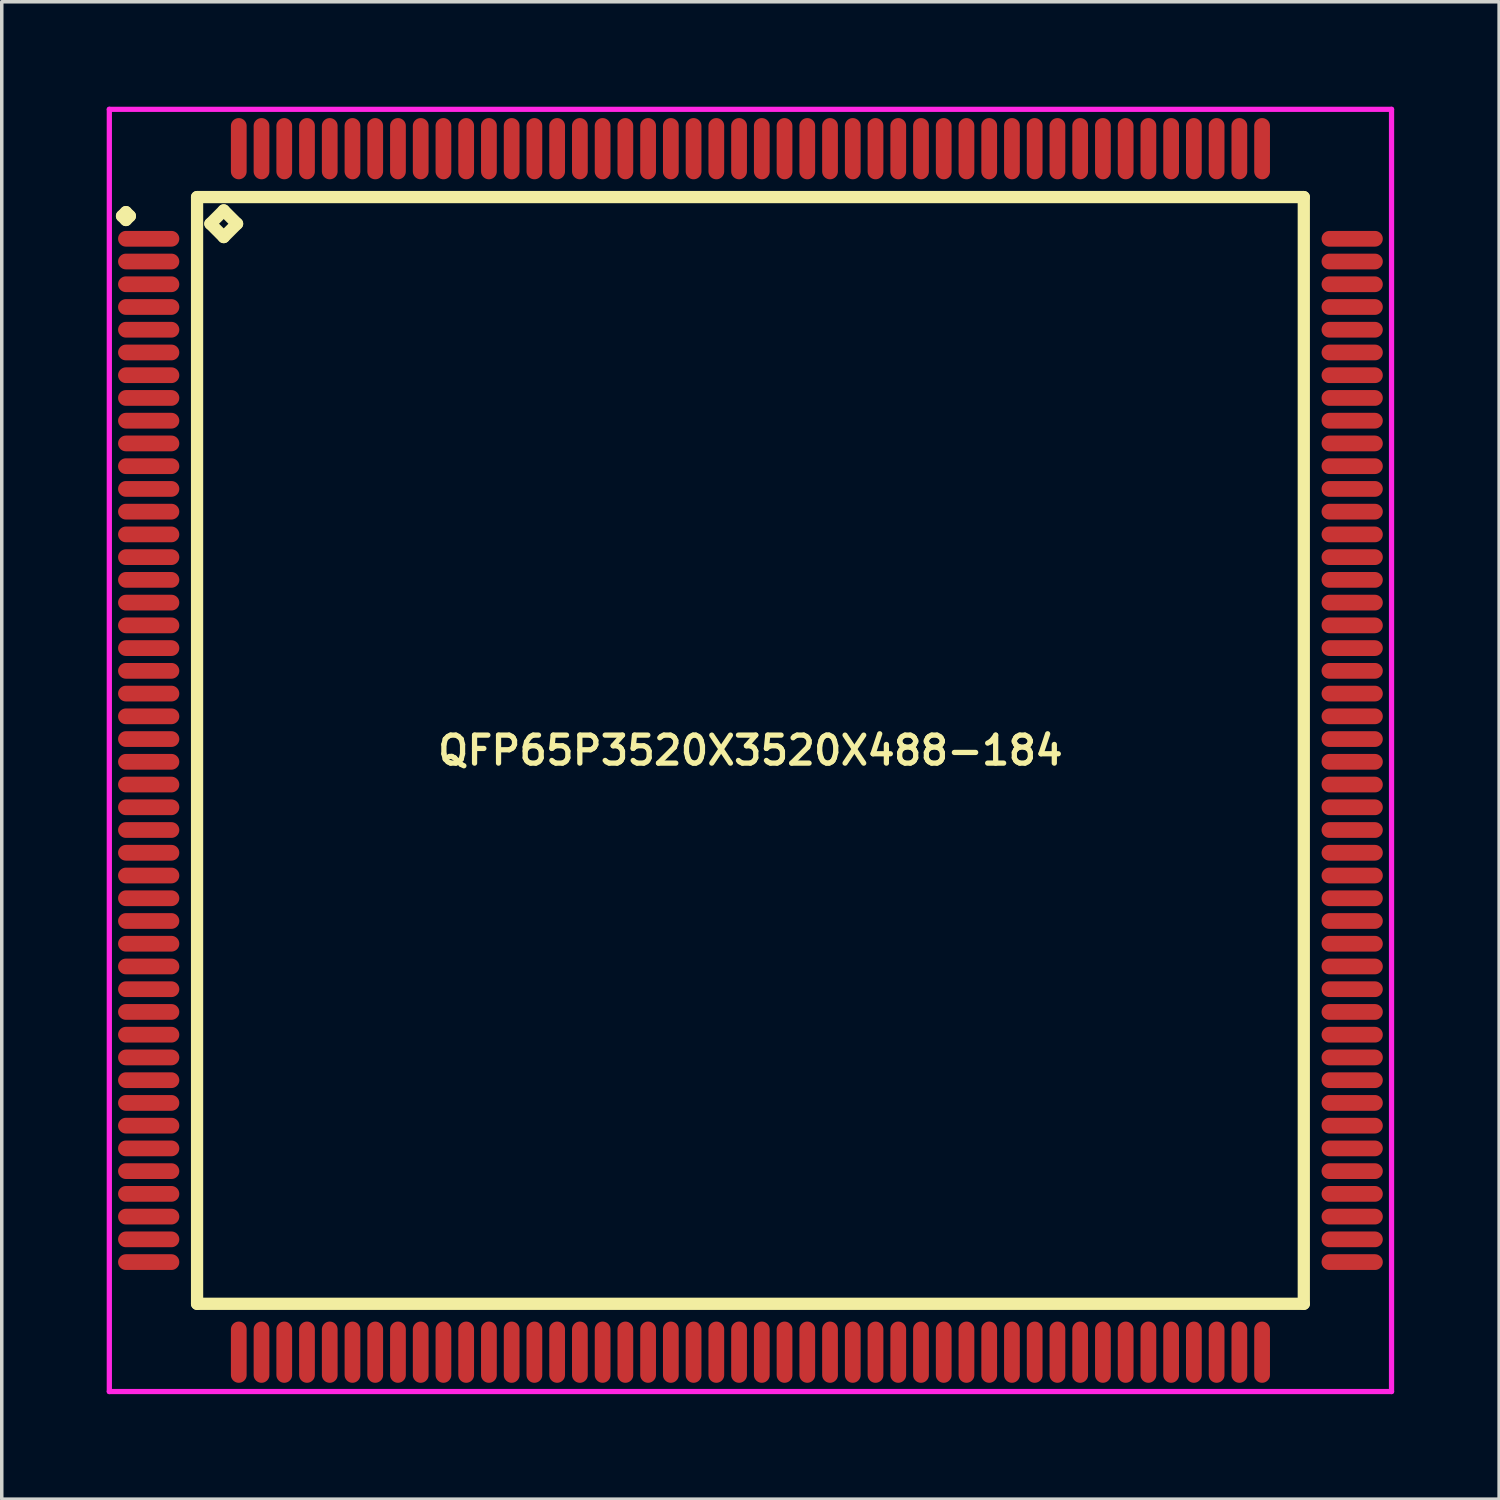
<source format=kicad_pcb>
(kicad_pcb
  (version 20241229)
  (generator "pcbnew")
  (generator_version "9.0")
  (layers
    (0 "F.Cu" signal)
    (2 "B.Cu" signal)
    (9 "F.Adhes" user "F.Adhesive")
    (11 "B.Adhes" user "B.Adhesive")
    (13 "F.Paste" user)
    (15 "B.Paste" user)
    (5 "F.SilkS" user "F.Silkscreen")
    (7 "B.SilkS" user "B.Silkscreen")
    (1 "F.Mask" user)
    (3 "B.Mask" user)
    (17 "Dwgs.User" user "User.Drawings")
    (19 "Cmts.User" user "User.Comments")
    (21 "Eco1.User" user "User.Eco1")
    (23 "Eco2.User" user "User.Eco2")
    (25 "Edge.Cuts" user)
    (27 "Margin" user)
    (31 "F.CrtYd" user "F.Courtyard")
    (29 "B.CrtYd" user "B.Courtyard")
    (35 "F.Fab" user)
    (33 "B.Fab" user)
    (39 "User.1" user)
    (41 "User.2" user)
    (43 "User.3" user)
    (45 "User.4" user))
  (footprint "QFP65P3520X3520X488-184"
    (layer "F.Cu")
    (at 18.4 18.4)
    (property "Reference" "QFP65P3520X3520X488-184" (at 0 0 0) (layer "F.SilkS") (effects (font (size 0.8 0.8) (thickness 0.15))))
    (attr smd)
    (fp_line (start -17.962 -15.275) (end -17.85 -15.387) (stroke (width 0.35) (type solid)) (layer "F.SilkS"))
    (fp_line (start -17.85 -15.387) (end -17.738 -15.275) (stroke (width 0.35) (type solid)) (layer "F.SilkS"))
    (fp_line (start -17.85 -15.162) (end -17.962 -15.275) (stroke (width 0.35) (type solid)) (layer "F.SilkS"))
    (fp_line (start -17.738 -15.275) (end -17.85 -15.162) (stroke (width 0.35) (type solid)) (layer "F.SilkS"))
    (fp_line (start -15.817 -15.817) (end -15.817 15.817) (stroke (width 0.35) (type solid)) (layer "F.SilkS"))
    (fp_line (start -15.817 15.817) (end 15.817 15.817) (stroke (width 0.35) (type solid)) (layer "F.SilkS"))
    (fp_line (start -15.436 -15.055) (end -15.055 -15.436) (stroke (width 0.35) (type solid)) (layer "F.SilkS"))
    (fp_line (start -15.055 -15.436) (end -14.674 -15.055) (stroke (width 0.35) (type solid)) (layer "F.SilkS"))
    (fp_line (start -15.055 -14.674) (end -15.436 -15.055) (stroke (width 0.35) (type solid)) (layer "F.SilkS"))
    (fp_line (start -14.674 -15.055) (end -15.055 -14.674) (stroke (width 0.35) (type solid)) (layer "F.SilkS"))
    (fp_line (start 15.817 -15.817) (end -15.817 -15.817) (stroke (width 0.35) (type solid)) (layer "F.SilkS"))
    (fp_line (start 15.817 15.817) (end 15.817 -15.817) (stroke (width 0.35) (type solid)) (layer "F.SilkS"))
    (fp_line (start -18.325 -18.325) (end 18.325 -18.325) (stroke (width 0.15) (type solid)) (layer "F.CrtYd"))
    (fp_line (start -18.325 18.325) (end -18.325 -18.325) (stroke (width 0.15) (type solid)) (layer "F.CrtYd"))
    (fp_line (start 18.325 -18.325) (end 18.325 18.325) (stroke (width 0.15) (type solid)) (layer "F.CrtYd"))
    (fp_line (start 18.325 18.325) (end -18.325 18.325) (stroke (width 0.15) (type solid)) (layer "F.CrtYd"))
    (pad "1" smd oval (at -17.2 -14.625) (size 1.75 0.45) (layers "F.Cu" "F.Mask" "F.Paste"))
    (pad "2" smd oval (at -17.2 -13.975) (size 1.75 0.45) (layers "F.Cu" "F.Mask" "F.Paste"))
    (pad "3" smd oval (at -17.2 -13.325) (size 1.75 0.45) (layers "F.Cu" "F.Mask" "F.Paste"))
    (pad "4" smd oval (at -17.2 -12.675) (size 1.75 0.45) (layers "F.Cu" "F.Mask" "F.Paste"))
    (pad "5" smd oval (at -17.2 -12.025) (size 1.75 0.45) (layers "F.Cu" "F.Mask" "F.Paste"))
    (pad "6" smd oval (at -17.2 -11.375) (size 1.75 0.45) (layers "F.Cu" "F.Mask" "F.Paste"))
    (pad "7" smd oval (at -17.2 -10.725) (size 1.75 0.45) (layers "F.Cu" "F.Mask" "F.Paste"))
    (pad "8" smd oval (at -17.2 -10.075) (size 1.75 0.45) (layers "F.Cu" "F.Mask" "F.Paste"))
    (pad "9" smd oval (at -17.2 -9.425) (size 1.75 0.45) (layers "F.Cu" "F.Mask" "F.Paste"))
    (pad "10" smd oval (at -17.2 -8.775) (size 1.75 0.45) (layers "F.Cu" "F.Mask" "F.Paste"))
    (pad "11" smd oval (at -17.2 -8.125) (size 1.75 0.45) (layers "F.Cu" "F.Mask" "F.Paste"))
    (pad "12" smd oval (at -17.2 -7.475) (size 1.75 0.45) (layers "F.Cu" "F.Mask" "F.Paste"))
    (pad "13" smd oval (at -17.2 -6.825) (size 1.75 0.45) (layers "F.Cu" "F.Mask" "F.Paste"))
    (pad "14" smd oval (at -17.2 -6.175) (size 1.75 0.45) (layers "F.Cu" "F.Mask" "F.Paste"))
    (pad "15" smd oval (at -17.2 -5.525) (size 1.75 0.45) (layers "F.Cu" "F.Mask" "F.Paste"))
    (pad "16" smd oval (at -17.2 -4.875) (size 1.75 0.45) (layers "F.Cu" "F.Mask" "F.Paste"))
    (pad "17" smd oval (at -17.2 -4.225) (size 1.75 0.45) (layers "F.Cu" "F.Mask" "F.Paste"))
    (pad "18" smd oval (at -17.2 -3.575) (size 1.75 0.45) (layers "F.Cu" "F.Mask" "F.Paste"))
    (pad "19" smd oval (at -17.2 -2.925) (size 1.75 0.45) (layers "F.Cu" "F.Mask" "F.Paste"))
    (pad "20" smd oval (at -17.2 -2.275) (size 1.75 0.45) (layers "F.Cu" "F.Mask" "F.Paste"))
    (pad "21" smd oval (at -17.2 -1.625) (size 1.75 0.45) (layers "F.Cu" "F.Mask" "F.Paste"))
    (pad "22" smd oval (at -17.2 -0.975) (size 1.75 0.45) (layers "F.Cu" "F.Mask" "F.Paste"))
    (pad "23" smd oval (at -17.2 -0.325) (size 1.75 0.45) (layers "F.Cu" "F.Mask" "F.Paste"))
    (pad "24" smd oval (at -17.2 0.325) (size 1.75 0.45) (layers "F.Cu" "F.Mask" "F.Paste"))
    (pad "25" smd oval (at -17.2 0.975) (size 1.75 0.45) (layers "F.Cu" "F.Mask" "F.Paste"))
    (pad "26" smd oval (at -17.2 1.625) (size 1.75 0.45) (layers "F.Cu" "F.Mask" "F.Paste"))
    (pad "27" smd oval (at -17.2 2.275) (size 1.75 0.45) (layers "F.Cu" "F.Mask" "F.Paste"))
    (pad "28" smd oval (at -17.2 2.925) (size 1.75 0.45) (layers "F.Cu" "F.Mask" "F.Paste"))
    (pad "29" smd oval (at -17.2 3.575) (size 1.75 0.45) (layers "F.Cu" "F.Mask" "F.Paste"))
    (pad "30" smd oval (at -17.2 4.225) (size 1.75 0.45) (layers "F.Cu" "F.Mask" "F.Paste"))
    (pad "31" smd oval (at -17.2 4.875) (size 1.75 0.45) (layers "F.Cu" "F.Mask" "F.Paste"))
    (pad "32" smd oval (at -17.2 5.525) (size 1.75 0.45) (layers "F.Cu" "F.Mask" "F.Paste"))
    (pad "33" smd oval (at -17.2 6.175) (size 1.75 0.45) (layers "F.Cu" "F.Mask" "F.Paste"))
    (pad "34" smd oval (at -17.2 6.825) (size 1.75 0.45) (layers "F.Cu" "F.Mask" "F.Paste"))
    (pad "35" smd oval (at -17.2 7.475) (size 1.75 0.45) (layers "F.Cu" "F.Mask" "F.Paste"))
    (pad "36" smd oval (at -17.2 8.125) (size 1.75 0.45) (layers "F.Cu" "F.Mask" "F.Paste"))
    (pad "37" smd oval (at -17.2 8.775) (size 1.75 0.45) (layers "F.Cu" "F.Mask" "F.Paste"))
    (pad "38" smd oval (at -17.2 9.425) (size 1.75 0.45) (layers "F.Cu" "F.Mask" "F.Paste"))
    (pad "39" smd oval (at -17.2 10.075) (size 1.75 0.45) (layers "F.Cu" "F.Mask" "F.Paste"))
    (pad "40" smd oval (at -17.2 10.725) (size 1.75 0.45) (layers "F.Cu" "F.Mask" "F.Paste"))
    (pad "41" smd oval (at -17.2 11.375) (size 1.75 0.45) (layers "F.Cu" "F.Mask" "F.Paste"))
    (pad "42" smd oval (at -17.2 12.025) (size 1.75 0.45) (layers "F.Cu" "F.Mask" "F.Paste"))
    (pad "43" smd oval (at -17.2 12.675) (size 1.75 0.45) (layers "F.Cu" "F.Mask" "F.Paste"))
    (pad "44" smd oval (at -17.2 13.325) (size 1.75 0.45) (layers "F.Cu" "F.Mask" "F.Paste"))
    (pad "45" smd oval (at -17.2 13.975) (size 1.75 0.45) (layers "F.Cu" "F.Mask" "F.Paste"))
    (pad "46" smd oval (at -17.2 14.625) (size 1.75 0.45) (layers "F.Cu" "F.Mask" "F.Paste"))
    (pad "47" smd oval (at -14.625 17.2) (size 0.45 1.75) (layers "F.Cu" "F.Mask" "F.Paste"))
    (pad "48" smd oval (at -13.975 17.2) (size 0.45 1.75) (layers "F.Cu" "F.Mask" "F.Paste"))
    (pad "49" smd oval (at -13.325 17.2) (size 0.45 1.75) (layers "F.Cu" "F.Mask" "F.Paste"))
    (pad "50" smd oval (at -12.675 17.2) (size 0.45 1.75) (layers "F.Cu" "F.Mask" "F.Paste"))
    (pad "51" smd oval (at -12.025 17.2) (size 0.45 1.75) (layers "F.Cu" "F.Mask" "F.Paste"))
    (pad "52" smd oval (at -11.375 17.2) (size 0.45 1.75) (layers "F.Cu" "F.Mask" "F.Paste"))
    (pad "53" smd oval (at -10.725 17.2) (size 0.45 1.75) (layers "F.Cu" "F.Mask" "F.Paste"))
    (pad "54" smd oval (at -10.075 17.2) (size 0.45 1.75) (layers "F.Cu" "F.Mask" "F.Paste"))
    (pad "55" smd oval (at -9.425 17.2) (size 0.45 1.75) (layers "F.Cu" "F.Mask" "F.Paste"))
    (pad "56" smd oval (at -8.775 17.2) (size 0.45 1.75) (layers "F.Cu" "F.Mask" "F.Paste"))
    (pad "57" smd oval (at -8.125 17.2) (size 0.45 1.75) (layers "F.Cu" "F.Mask" "F.Paste"))
    (pad "58" smd oval (at -7.475 17.2) (size 0.45 1.75) (layers "F.Cu" "F.Mask" "F.Paste"))
    (pad "59" smd oval (at -6.825 17.2) (size 0.45 1.75) (layers "F.Cu" "F.Mask" "F.Paste"))
    (pad "60" smd oval (at -6.175 17.2) (size 0.45 1.75) (layers "F.Cu" "F.Mask" "F.Paste"))
    (pad "61" smd oval (at -5.525 17.2) (size 0.45 1.75) (layers "F.Cu" "F.Mask" "F.Paste"))
    (pad "62" smd oval (at -4.875 17.2) (size 0.45 1.75) (layers "F.Cu" "F.Mask" "F.Paste"))
    (pad "63" smd oval (at -4.225 17.2) (size 0.45 1.75) (layers "F.Cu" "F.Mask" "F.Paste"))
    (pad "64" smd oval (at -3.575 17.2) (size 0.45 1.75) (layers "F.Cu" "F.Mask" "F.Paste"))
    (pad "65" smd oval (at -2.925 17.2) (size 0.45 1.75) (layers "F.Cu" "F.Mask" "F.Paste"))
    (pad "66" smd oval (at -2.275 17.2) (size 0.45 1.75) (layers "F.Cu" "F.Mask" "F.Paste"))
    (pad "67" smd oval (at -1.625 17.2) (size 0.45 1.75) (layers "F.Cu" "F.Mask" "F.Paste"))
    (pad "68" smd oval (at -0.975 17.2) (size 0.45 1.75) (layers "F.Cu" "F.Mask" "F.Paste"))
    (pad "69" smd oval (at -0.325 17.2) (size 0.45 1.75) (layers "F.Cu" "F.Mask" "F.Paste"))
    (pad "70" smd oval (at 0.325 17.2) (size 0.45 1.75) (layers "F.Cu" "F.Mask" "F.Paste"))
    (pad "71" smd oval (at 0.975 17.2) (size 0.45 1.75) (layers "F.Cu" "F.Mask" "F.Paste"))
    (pad "72" smd oval (at 1.625 17.2) (size 0.45 1.75) (layers "F.Cu" "F.Mask" "F.Paste"))
    (pad "73" smd oval (at 2.275 17.2) (size 0.45 1.75) (layers "F.Cu" "F.Mask" "F.Paste"))
    (pad "74" smd oval (at 2.925 17.2) (size 0.45 1.75) (layers "F.Cu" "F.Mask" "F.Paste"))
    (pad "75" smd oval (at 3.575 17.2) (size 0.45 1.75) (layers "F.Cu" "F.Mask" "F.Paste"))
    (pad "76" smd oval (at 4.225 17.2) (size 0.45 1.75) (layers "F.Cu" "F.Mask" "F.Paste"))
    (pad "77" smd oval (at 4.875 17.2) (size 0.45 1.75) (layers "F.Cu" "F.Mask" "F.Paste"))
    (pad "78" smd oval (at 5.525 17.2) (size 0.45 1.75) (layers "F.Cu" "F.Mask" "F.Paste"))
    (pad "79" smd oval (at 6.175 17.2) (size 0.45 1.75) (layers "F.Cu" "F.Mask" "F.Paste"))
    (pad "80" smd oval (at 6.825 17.2) (size 0.45 1.75) (layers "F.Cu" "F.Mask" "F.Paste"))
    (pad "81" smd oval (at 7.475 17.2) (size 0.45 1.75) (layers "F.Cu" "F.Mask" "F.Paste"))
    (pad "82" smd oval (at 8.125 17.2) (size 0.45 1.75) (layers "F.Cu" "F.Mask" "F.Paste"))
    (pad "83" smd oval (at 8.775 17.2) (size 0.45 1.75) (layers "F.Cu" "F.Mask" "F.Paste"))
    (pad "84" smd oval (at 9.425 17.2) (size 0.45 1.75) (layers "F.Cu" "F.Mask" "F.Paste"))
    (pad "85" smd oval (at 10.075 17.2) (size 0.45 1.75) (layers "F.Cu" "F.Mask" "F.Paste"))
    (pad "86" smd oval (at 10.725 17.2) (size 0.45 1.75) (layers "F.Cu" "F.Mask" "F.Paste"))
    (pad "87" smd oval (at 11.375 17.2) (size 0.45 1.75) (layers "F.Cu" "F.Mask" "F.Paste"))
    (pad "88" smd oval (at 12.025 17.2) (size 0.45 1.75) (layers "F.Cu" "F.Mask" "F.Paste"))
    (pad "89" smd oval (at 12.675 17.2) (size 0.45 1.75) (layers "F.Cu" "F.Mask" "F.Paste"))
    (pad "90" smd oval (at 13.325 17.2) (size 0.45 1.75) (layers "F.Cu" "F.Mask" "F.Paste"))
    (pad "91" smd oval (at 13.975 17.2) (size 0.45 1.75) (layers "F.Cu" "F.Mask" "F.Paste"))
    (pad "92" smd oval (at 14.625 17.2) (size 0.45 1.75) (layers "F.Cu" "F.Mask" "F.Paste"))
    (pad "93" smd oval (at 17.2 14.625) (size 1.75 0.45) (layers "F.Cu" "F.Mask" "F.Paste"))
    (pad "94" smd oval (at 17.2 13.975) (size 1.75 0.45) (layers "F.Cu" "F.Mask" "F.Paste"))
    (pad "95" smd oval (at 17.2 13.325) (size 1.75 0.45) (layers "F.Cu" "F.Mask" "F.Paste"))
    (pad "96" smd oval (at 17.2 12.675) (size 1.75 0.45) (layers "F.Cu" "F.Mask" "F.Paste"))
    (pad "97" smd oval (at 17.2 12.025) (size 1.75 0.45) (layers "F.Cu" "F.Mask" "F.Paste"))
    (pad "98" smd oval (at 17.2 11.375) (size 1.75 0.45) (layers "F.Cu" "F.Mask" "F.Paste"))
    (pad "99" smd oval (at 17.2 10.725) (size 1.75 0.45) (layers "F.Cu" "F.Mask" "F.Paste"))
    (pad "100" smd oval (at 17.2 10.075) (size 1.75 0.45) (layers "F.Cu" "F.Mask" "F.Paste"))
    (pad "101" smd oval (at 17.2 9.425) (size 1.75 0.45) (layers "F.Cu" "F.Mask" "F.Paste"))
    (pad "102" smd oval (at 17.2 8.775) (size 1.75 0.45) (layers "F.Cu" "F.Mask" "F.Paste"))
    (pad "103" smd oval (at 17.2 8.125) (size 1.75 0.45) (layers "F.Cu" "F.Mask" "F.Paste"))
    (pad "104" smd oval (at 17.2 7.475) (size 1.75 0.45) (layers "F.Cu" "F.Mask" "F.Paste"))
    (pad "105" smd oval (at 17.2 6.825) (size 1.75 0.45) (layers "F.Cu" "F.Mask" "F.Paste"))
    (pad "106" smd oval (at 17.2 6.175) (size 1.75 0.45) (layers "F.Cu" "F.Mask" "F.Paste"))
    (pad "107" smd oval (at 17.2 5.525) (size 1.75 0.45) (layers "F.Cu" "F.Mask" "F.Paste"))
    (pad "108" smd oval (at 17.2 4.875) (size 1.75 0.45) (layers "F.Cu" "F.Mask" "F.Paste"))
    (pad "109" smd oval (at 17.2 4.225) (size 1.75 0.45) (layers "F.Cu" "F.Mask" "F.Paste"))
    (pad "110" smd oval (at 17.2 3.575) (size 1.75 0.45) (layers "F.Cu" "F.Mask" "F.Paste"))
    (pad "111" smd oval (at 17.2 2.925) (size 1.75 0.45) (layers "F.Cu" "F.Mask" "F.Paste"))
    (pad "112" smd oval (at 17.2 2.275) (size 1.75 0.45) (layers "F.Cu" "F.Mask" "F.Paste"))
    (pad "113" smd oval (at 17.2 1.625) (size 1.75 0.45) (layers "F.Cu" "F.Mask" "F.Paste"))
    (pad "114" smd oval (at 17.2 0.975) (size 1.75 0.45) (layers "F.Cu" "F.Mask" "F.Paste"))
    (pad "115" smd oval (at 17.2 0.325) (size 1.75 0.45) (layers "F.Cu" "F.Mask" "F.Paste"))
    (pad "116" smd oval (at 17.2 -0.325) (size 1.75 0.45) (layers "F.Cu" "F.Mask" "F.Paste"))
    (pad "117" smd oval (at 17.2 -0.975) (size 1.75 0.45) (layers "F.Cu" "F.Mask" "F.Paste"))
    (pad "118" smd oval (at 17.2 -1.625) (size 1.75 0.45) (layers "F.Cu" "F.Mask" "F.Paste"))
    (pad "119" smd oval (at 17.2 -2.275) (size 1.75 0.45) (layers "F.Cu" "F.Mask" "F.Paste"))
    (pad "120" smd oval (at 17.2 -2.925) (size 1.75 0.45) (layers "F.Cu" "F.Mask" "F.Paste"))
    (pad "121" smd oval (at 17.2 -3.575) (size 1.75 0.45) (layers "F.Cu" "F.Mask" "F.Paste"))
    (pad "122" smd oval (at 17.2 -4.225) (size 1.75 0.45) (layers "F.Cu" "F.Mask" "F.Paste"))
    (pad "123" smd oval (at 17.2 -4.875) (size 1.75 0.45) (layers "F.Cu" "F.Mask" "F.Paste"))
    (pad "124" smd oval (at 17.2 -5.525) (size 1.75 0.45) (layers "F.Cu" "F.Mask" "F.Paste"))
    (pad "125" smd oval (at 17.2 -6.175) (size 1.75 0.45) (layers "F.Cu" "F.Mask" "F.Paste"))
    (pad "126" smd oval (at 17.2 -6.825) (size 1.75 0.45) (layers "F.Cu" "F.Mask" "F.Paste"))
    (pad "127" smd oval (at 17.2 -7.475) (size 1.75 0.45) (layers "F.Cu" "F.Mask" "F.Paste"))
    (pad "128" smd oval (at 17.2 -8.125) (size 1.75 0.45) (layers "F.Cu" "F.Mask" "F.Paste"))
    (pad "129" smd oval (at 17.2 -8.775) (size 1.75 0.45) (layers "F.Cu" "F.Mask" "F.Paste"))
    (pad "130" smd oval (at 17.2 -9.425) (size 1.75 0.45) (layers "F.Cu" "F.Mask" "F.Paste"))
    (pad "131" smd oval (at 17.2 -10.075) (size 1.75 0.45) (layers "F.Cu" "F.Mask" "F.Paste"))
    (pad "132" smd oval (at 17.2 -10.725) (size 1.75 0.45) (layers "F.Cu" "F.Mask" "F.Paste"))
    (pad "133" smd oval (at 17.2 -11.375) (size 1.75 0.45) (layers "F.Cu" "F.Mask" "F.Paste"))
    (pad "134" smd oval (at 17.2 -12.025) (size 1.75 0.45) (layers "F.Cu" "F.Mask" "F.Paste"))
    (pad "135" smd oval (at 17.2 -12.675) (size 1.75 0.45) (layers "F.Cu" "F.Mask" "F.Paste"))
    (pad "136" smd oval (at 17.2 -13.325) (size 1.75 0.45) (layers "F.Cu" "F.Mask" "F.Paste"))
    (pad "137" smd oval (at 17.2 -13.975) (size 1.75 0.45) (layers "F.Cu" "F.Mask" "F.Paste"))
    (pad "138" smd oval (at 17.2 -14.625) (size 1.75 0.45) (layers "F.Cu" "F.Mask" "F.Paste"))
    (pad "139" smd oval (at 14.625 -17.2) (size 0.45 1.75) (layers "F.Cu" "F.Mask" "F.Paste"))
    (pad "140" smd oval (at 13.975 -17.2) (size 0.45 1.75) (layers "F.Cu" "F.Mask" "F.Paste"))
    (pad "141" smd oval (at 13.325 -17.2) (size 0.45 1.75) (layers "F.Cu" "F.Mask" "F.Paste"))
    (pad "142" smd oval (at 12.675 -17.2) (size 0.45 1.75) (layers "F.Cu" "F.Mask" "F.Paste"))
    (pad "143" smd oval (at 12.025 -17.2) (size 0.45 1.75) (layers "F.Cu" "F.Mask" "F.Paste"))
    (pad "144" smd oval (at 11.375 -17.2) (size 0.45 1.75) (layers "F.Cu" "F.Mask" "F.Paste"))
    (pad "145" smd oval (at 10.725 -17.2) (size 0.45 1.75) (layers "F.Cu" "F.Mask" "F.Paste"))
    (pad "146" smd oval (at 10.075 -17.2) (size 0.45 1.75) (layers "F.Cu" "F.Mask" "F.Paste"))
    (pad "147" smd oval (at 9.425 -17.2) (size 0.45 1.75) (layers "F.Cu" "F.Mask" "F.Paste"))
    (pad "148" smd oval (at 8.775 -17.2) (size 0.45 1.75) (layers "F.Cu" "F.Mask" "F.Paste"))
    (pad "149" smd oval (at 8.125 -17.2) (size 0.45 1.75) (layers "F.Cu" "F.Mask" "F.Paste"))
    (pad "150" smd oval (at 7.475 -17.2) (size 0.45 1.75) (layers "F.Cu" "F.Mask" "F.Paste"))
    (pad "151" smd oval (at 6.825 -17.2) (size 0.45 1.75) (layers "F.Cu" "F.Mask" "F.Paste"))
    (pad "152" smd oval (at 6.175 -17.2) (size 0.45 1.75) (layers "F.Cu" "F.Mask" "F.Paste"))
    (pad "153" smd oval (at 5.525 -17.2) (size 0.45 1.75) (layers "F.Cu" "F.Mask" "F.Paste"))
    (pad "154" smd oval (at 4.875 -17.2) (size 0.45 1.75) (layers "F.Cu" "F.Mask" "F.Paste"))
    (pad "155" smd oval (at 4.225 -17.2) (size 0.45 1.75) (layers "F.Cu" "F.Mask" "F.Paste"))
    (pad "156" smd oval (at 3.575 -17.2) (size 0.45 1.75) (layers "F.Cu" "F.Mask" "F.Paste"))
    (pad "157" smd oval (at 2.925 -17.2) (size 0.45 1.75) (layers "F.Cu" "F.Mask" "F.Paste"))
    (pad "158" smd oval (at 2.275 -17.2) (size 0.45 1.75) (layers "F.Cu" "F.Mask" "F.Paste"))
    (pad "159" smd oval (at 1.625 -17.2) (size 0.45 1.75) (layers "F.Cu" "F.Mask" "F.Paste"))
    (pad "160" smd oval (at 0.975 -17.2) (size 0.45 1.75) (layers "F.Cu" "F.Mask" "F.Paste"))
    (pad "161" smd oval (at 0.325 -17.2) (size 0.45 1.75) (layers "F.Cu" "F.Mask" "F.Paste"))
    (pad "162" smd oval (at -0.325 -17.2) (size 0.45 1.75) (layers "F.Cu" "F.Mask" "F.Paste"))
    (pad "163" smd oval (at -0.975 -17.2) (size 0.45 1.75) (layers "F.Cu" "F.Mask" "F.Paste"))
    (pad "164" smd oval (at -1.625 -17.2) (size 0.45 1.75) (layers "F.Cu" "F.Mask" "F.Paste"))
    (pad "165" smd oval (at -2.275 -17.2) (size 0.45 1.75) (layers "F.Cu" "F.Mask" "F.Paste"))
    (pad "166" smd oval (at -2.925 -17.2) (size 0.45 1.75) (layers "F.Cu" "F.Mask" "F.Paste"))
    (pad "167" smd oval (at -3.575 -17.2) (size 0.45 1.75) (layers "F.Cu" "F.Mask" "F.Paste"))
    (pad "168" smd oval (at -4.225 -17.2) (size 0.45 1.75) (layers "F.Cu" "F.Mask" "F.Paste"))
    (pad "169" smd oval (at -4.875 -17.2) (size 0.45 1.75) (layers "F.Cu" "F.Mask" "F.Paste"))
    (pad "170" smd oval (at -5.525 -17.2) (size 0.45 1.75) (layers "F.Cu" "F.Mask" "F.Paste"))
    (pad "171" smd oval (at -6.175 -17.2) (size 0.45 1.75) (layers "F.Cu" "F.Mask" "F.Paste"))
    (pad "172" smd oval (at -6.825 -17.2) (size 0.45 1.75) (layers "F.Cu" "F.Mask" "F.Paste"))
    (pad "173" smd oval (at -7.475 -17.2) (size 0.45 1.75) (layers "F.Cu" "F.Mask" "F.Paste"))
    (pad "174" smd oval (at -8.125 -17.2) (size 0.45 1.75) (layers "F.Cu" "F.Mask" "F.Paste"))
    (pad "175" smd oval (at -8.775 -17.2) (size 0.45 1.75) (layers "F.Cu" "F.Mask" "F.Paste"))
    (pad "176" smd oval (at -9.425 -17.2) (size 0.45 1.75) (layers "F.Cu" "F.Mask" "F.Paste"))
    (pad "177" smd oval (at -10.075 -17.2) (size 0.45 1.75) (layers "F.Cu" "F.Mask" "F.Paste"))
    (pad "178" smd oval (at -10.725 -17.2) (size 0.45 1.75) (layers "F.Cu" "F.Mask" "F.Paste"))
    (pad "179" smd oval (at -11.375 -17.2) (size 0.45 1.75) (layers "F.Cu" "F.Mask" "F.Paste"))
    (pad "180" smd oval (at -12.025 -17.2) (size 0.45 1.75) (layers "F.Cu" "F.Mask" "F.Paste"))
    (pad "181" smd oval (at -12.675 -17.2) (size 0.45 1.75) (layers "F.Cu" "F.Mask" "F.Paste"))
    (pad "182" smd oval (at -13.325 -17.2) (size 0.45 1.75) (layers "F.Cu" "F.Mask" "F.Paste"))
    (pad "183" smd oval (at -13.975 -17.2) (size 0.45 1.75) (layers "F.Cu" "F.Mask" "F.Paste"))
    (pad "184" smd oval (at -14.625 -17.2) (size 0.45 1.75) (layers "F.Cu" "F.Mask" "F.Paste")))
  (gr_rect
    (start -3 -3)
    (end 39.8 39.8)
    (stroke (width 0.1) (type default))
    (fill no)
    (layer "Edge.Cuts")))
</source>
